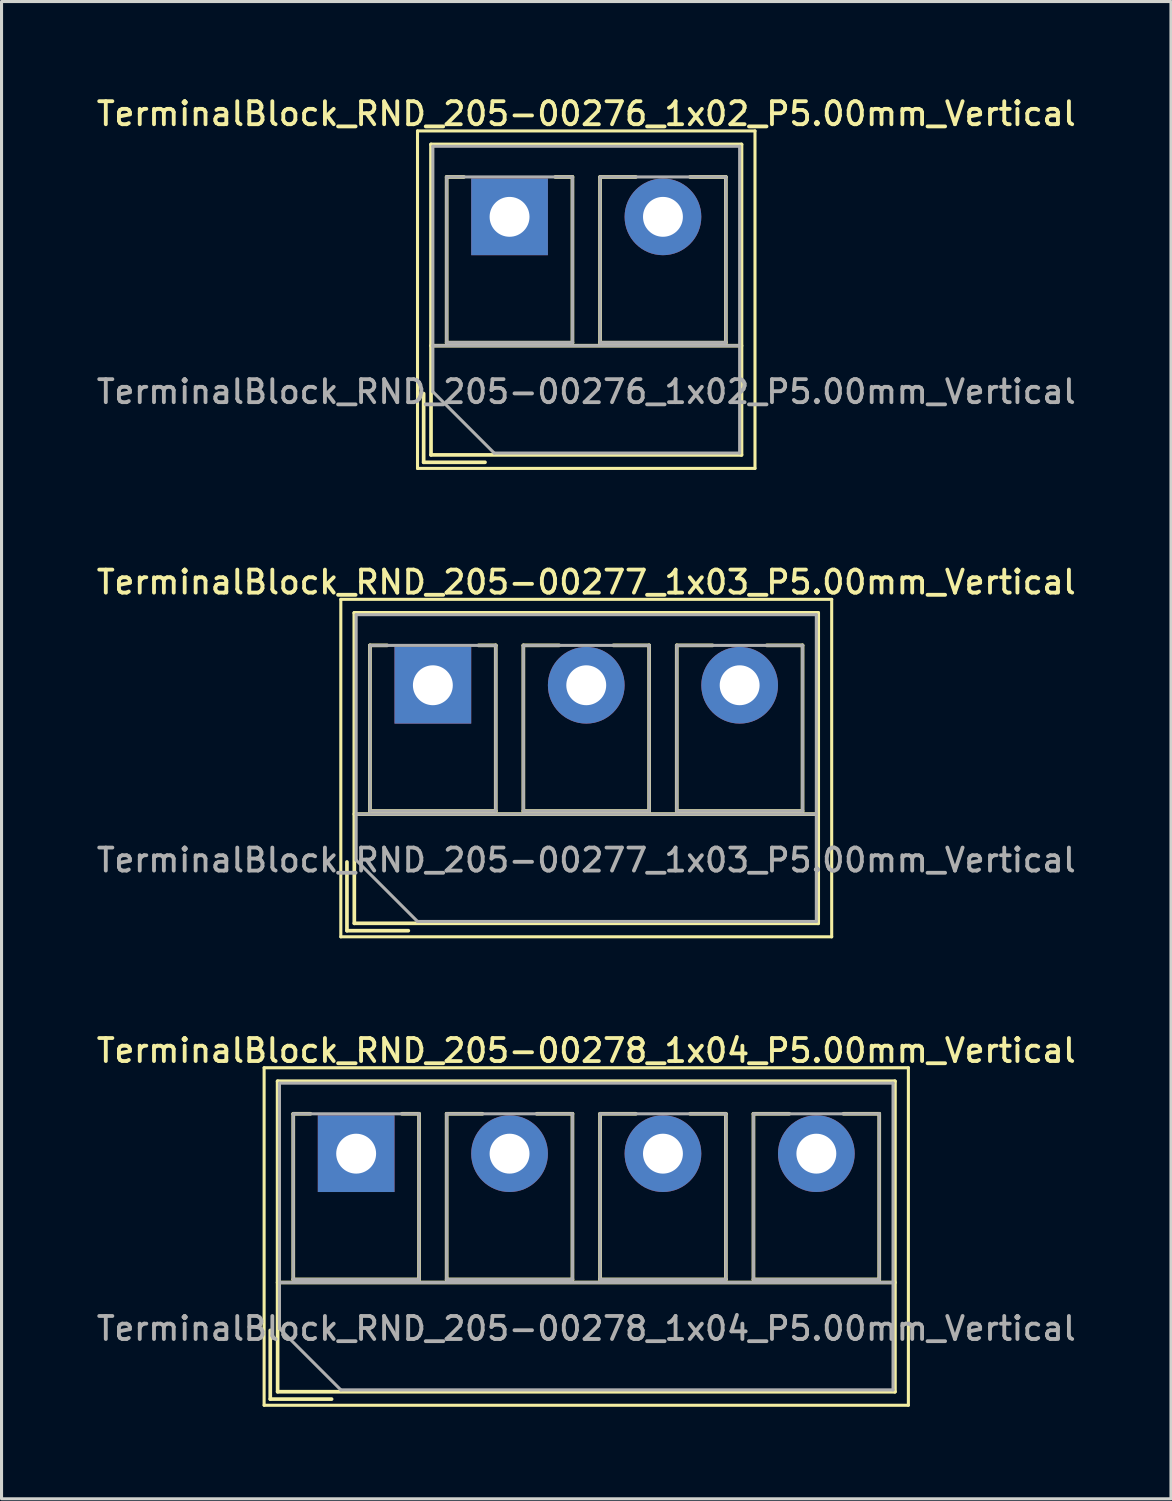
<source format=kicad_pcb>
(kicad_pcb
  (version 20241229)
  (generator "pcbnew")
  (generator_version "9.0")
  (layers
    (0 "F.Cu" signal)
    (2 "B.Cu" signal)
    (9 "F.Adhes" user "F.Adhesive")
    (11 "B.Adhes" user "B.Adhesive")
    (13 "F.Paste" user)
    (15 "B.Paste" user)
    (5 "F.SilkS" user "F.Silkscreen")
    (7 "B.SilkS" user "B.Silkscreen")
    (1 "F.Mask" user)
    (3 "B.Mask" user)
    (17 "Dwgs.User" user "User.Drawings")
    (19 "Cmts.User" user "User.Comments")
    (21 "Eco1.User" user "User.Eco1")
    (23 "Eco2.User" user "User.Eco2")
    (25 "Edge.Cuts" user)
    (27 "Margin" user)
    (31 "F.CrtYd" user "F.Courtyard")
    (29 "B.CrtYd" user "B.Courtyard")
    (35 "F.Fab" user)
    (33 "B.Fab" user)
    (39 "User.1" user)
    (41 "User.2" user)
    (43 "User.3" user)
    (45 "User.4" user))
  (footprint "TerminalBlock_RND_205-00278_1x04_P5.00mm_Vertical"
    (layer "F.Cu")
    (at 8.559 34.554)
    (property "Reference" "TerminalBlock_RND_205-00278_1x04_P5.00mm_Vertical" (at 7.5 -3.36 0) (layer "F.SilkS") (effects (font (size 0.75 0.75) (thickness 0.125))))
    (attr through_hole)
    (fp_line (start -3 -2.8) (end -3 8.2) (stroke (width 0.1) (type solid)) (layer "F.SilkS"))
    (fp_line (start -3 8.2) (end 18 8.2) (stroke (width 0.1) (type solid)) (layer "F.SilkS"))
    (fp_line (start -2.8 5.76) (end -2.8 8) (stroke (width 0.12) (type solid)) (layer "F.SilkS"))
    (fp_line (start -2.8 8) (end -0.8 8) (stroke (width 0.12) (type solid)) (layer "F.SilkS"))
    (fp_line (start -2.56 -2.36) (end -2.56 7.76) (stroke (width 0.12) (type solid)) (layer "F.SilkS"))
    (fp_line (start -2.56 -2.36) (end 17.561 -2.36) (stroke (width 0.12) (type solid)) (layer "F.SilkS"))
    (fp_line (start -2.56 4.2) (end 17.561 4.2) (stroke (width 0.12) (type solid)) (layer "F.SilkS"))
    (fp_line (start -2.56 7.76) (end 17.561 7.76) (stroke (width 0.12) (type solid)) (layer "F.SilkS"))
    (fp_line (start -2.05 -1.3) (end -2.05 4.1) (stroke (width 0.12) (type solid)) (layer "F.SilkS"))
    (fp_line (start -2.05 -1.3) (end -1.49 -1.3) (stroke (width 0.12) (type solid)) (layer "F.SilkS"))
    (fp_line (start -2.05 4.1) (end 2.05 4.1) (stroke (width 0.12) (type solid)) (layer "F.SilkS"))
    (fp_line (start 1.49 -1.3) (end 2.05 -1.3) (stroke (width 0.12) (type solid)) (layer "F.SilkS"))
    (fp_line (start 2.05 -1.3) (end 2.05 4.1) (stroke (width 0.12) (type solid)) (layer "F.SilkS"))
    (fp_line (start 2.95 -1.3) (end 2.95 4.1) (stroke (width 0.12) (type solid)) (layer "F.SilkS"))
    (fp_line (start 2.95 -1.3) (end 4.117 -1.3) (stroke (width 0.12) (type solid)) (layer "F.SilkS"))
    (fp_line (start 2.95 4.1) (end 7.05 4.1) (stroke (width 0.12) (type solid)) (layer "F.SilkS"))
    (fp_line (start 5.884 -1.3) (end 7.05 -1.3) (stroke (width 0.12) (type solid)) (layer "F.SilkS"))
    (fp_line (start 7.05 -1.3) (end 7.05 4.1) (stroke (width 0.12) (type solid)) (layer "F.SilkS"))
    (fp_line (start 7.95 -1.3) (end 7.95 4.1) (stroke (width 0.12) (type solid)) (layer "F.SilkS"))
    (fp_line (start 7.95 -1.3) (end 9.117 -1.3) (stroke (width 0.12) (type solid)) (layer "F.SilkS"))
    (fp_line (start 7.95 4.1) (end 12.05 4.1) (stroke (width 0.12) (type solid)) (layer "F.SilkS"))
    (fp_line (start 10.884 -1.3) (end 12.05 -1.3) (stroke (width 0.12) (type solid)) (layer "F.SilkS"))
    (fp_line (start 12.05 -1.3) (end 12.05 4.1) (stroke (width 0.12) (type solid)) (layer "F.SilkS"))
    (fp_line (start 12.95 -1.3) (end 12.95 4.1) (stroke (width 0.12) (type solid)) (layer "F.SilkS"))
    (fp_line (start 12.95 -1.3) (end 14.117 -1.3) (stroke (width 0.12) (type solid)) (layer "F.SilkS"))
    (fp_line (start 12.95 4.1) (end 17.05 4.1) (stroke (width 0.12) (type solid)) (layer "F.SilkS"))
    (fp_line (start 15.884 -1.3) (end 17.05 -1.3) (stroke (width 0.12) (type solid)) (layer "F.SilkS"))
    (fp_line (start 17.05 -1.3) (end 17.05 4.1) (stroke (width 0.12) (type solid)) (layer "F.SilkS"))
    (fp_line (start 17.561 -2.36) (end 17.561 7.76) (stroke (width 0.12) (type solid)) (layer "F.SilkS"))
    (fp_line (start 18 -2.8) (end -3 -2.8) (stroke (width 0.1) (type solid)) (layer "F.SilkS"))
    (fp_line (start 18 8.2) (end 18 -2.8) (stroke (width 0.1) (type solid)) (layer "F.SilkS"))
    (fp_line (start -2.5 -2.3) (end 17.5 -2.3) (stroke (width 0.1) (type solid)) (layer "F.Fab"))
    (fp_line (start -2.5 4.2) (end 17.5 4.2) (stroke (width 0.1) (type solid)) (layer "F.Fab"))
    (fp_line (start -2.5 5.7) (end -2.5 -2.3) (stroke (width 0.1) (type solid)) (layer "F.Fab"))
    (fp_line (start -2.05 -1.3) (end -2.05 4.1) (stroke (width 0.1) (type solid)) (layer "F.Fab"))
    (fp_line (start -2.05 4.1) (end 2.05 4.1) (stroke (width 0.1) (type solid)) (layer "F.Fab"))
    (fp_line (start -0.5 7.7) (end -2.5 5.7) (stroke (width 0.1) (type solid)) (layer "F.Fab"))
    (fp_line (start 2.05 -1.3) (end -2.05 -1.3) (stroke (width 0.1) (type solid)) (layer "F.Fab"))
    (fp_line (start 2.05 4.1) (end 2.05 -1.3) (stroke (width 0.1) (type solid)) (layer "F.Fab"))
    (fp_line (start 2.95 -1.3) (end 2.95 4.1) (stroke (width 0.1) (type solid)) (layer "F.Fab"))
    (fp_line (start 2.95 4.1) (end 7.05 4.1) (stroke (width 0.1) (type solid)) (layer "F.Fab"))
    (fp_line (start 7.05 -1.3) (end 2.95 -1.3) (stroke (width 0.1) (type solid)) (layer "F.Fab"))
    (fp_line (start 7.05 4.1) (end 7.05 -1.3) (stroke (width 0.1) (type solid)) (layer "F.Fab"))
    (fp_line (start 7.95 -1.3) (end 7.95 4.1) (stroke (width 0.1) (type solid)) (layer "F.Fab"))
    (fp_line (start 7.95 4.1) (end 12.05 4.1) (stroke (width 0.1) (type solid)) (layer "F.Fab"))
    (fp_line (start 12.05 -1.3) (end 7.95 -1.3) (stroke (width 0.1) (type solid)) (layer "F.Fab"))
    (fp_line (start 12.05 4.1) (end 12.05 -1.3) (stroke (width 0.1) (type solid)) (layer "F.Fab"))
    (fp_line (start 12.95 -1.3) (end 12.95 4.1) (stroke (width 0.1) (type solid)) (layer "F.Fab"))
    (fp_line (start 12.95 4.1) (end 17.05 4.1) (stroke (width 0.1) (type solid)) (layer "F.Fab"))
    (fp_line (start 17.05 -1.3) (end 12.95 -1.3) (stroke (width 0.1) (type solid)) (layer "F.Fab"))
    (fp_line (start 17.05 4.1) (end 17.05 -1.3) (stroke (width 0.1) (type solid)) (layer "F.Fab"))
    (fp_line (start 17.5 -2.3) (end 17.5 7.7) (stroke (width 0.1) (type solid)) (layer "F.Fab"))
    (fp_line (start 17.5 7.7) (end -0.5 7.7) (stroke (width 0.1) (type solid)) (layer "F.Fab"))
    (fp_text user "${REFERENCE}" (at 7.5 5.7 0) (layer "F.Fab") (effects (font (size 0.75 0.75) (thickness 0.125))))
    (pad "1" thru_hole rect (at 0 0) (size 2.5 2.5) (drill 1.3) (layers "*.Cu" "*.Mask"))
    (pad "2" thru_hole circle (at 5 0) (size 2.5 2.5) (drill 1.3) (layers "*.Cu" "*.Mask"))
    (pad "3" thru_hole circle (at 10 0) (size 2.5 2.5) (drill 1.3) (layers "*.Cu" "*.Mask"))
    (pad "4" thru_hole circle (at 15 0) (size 2.5 2.5) (drill 1.3) (layers "*.Cu" "*.Mask")))
  (footprint "TerminalBlock_RND_205-00276_1x02_P5.00mm_Vertical"
    (layer "F.Cu")
    (at 13.559 4.018)
    (property "Reference" "TerminalBlock_RND_205-00276_1x02_P5.00mm_Vertical" (at 2.5 -3.36 0) (layer "F.SilkS") (effects (font (size 0.75 0.75) (thickness 0.125))))
    (attr through_hole)
    (fp_line (start -3 -2.8) (end -3 8.2) (stroke (width 0.1) (type solid)) (layer "F.SilkS"))
    (fp_line (start -3 8.2) (end 8 8.2) (stroke (width 0.1) (type solid)) (layer "F.SilkS"))
    (fp_line (start -2.8 5.76) (end -2.8 8) (stroke (width 0.12) (type solid)) (layer "F.SilkS"))
    (fp_line (start -2.8 8) (end -0.8 8) (stroke (width 0.12) (type solid)) (layer "F.SilkS"))
    (fp_line (start -2.56 -2.36) (end -2.56 7.76) (stroke (width 0.12) (type solid)) (layer "F.SilkS"))
    (fp_line (start -2.56 -2.36) (end 7.56 -2.36) (stroke (width 0.12) (type solid)) (layer "F.SilkS"))
    (fp_line (start -2.56 4.2) (end 7.56 4.2) (stroke (width 0.12) (type solid)) (layer "F.SilkS"))
    (fp_line (start -2.56 7.76) (end 7.56 7.76) (stroke (width 0.12) (type solid)) (layer "F.SilkS"))
    (fp_line (start -2.05 -1.3) (end -2.05 4.1) (stroke (width 0.12) (type solid)) (layer "F.SilkS"))
    (fp_line (start -2.05 -1.3) (end -1.49 -1.3) (stroke (width 0.12) (type solid)) (layer "F.SilkS"))
    (fp_line (start -2.05 4.1) (end 2.05 4.1) (stroke (width 0.12) (type solid)) (layer "F.SilkS"))
    (fp_line (start 1.49 -1.3) (end 2.05 -1.3) (stroke (width 0.12) (type solid)) (layer "F.SilkS"))
    (fp_line (start 2.05 -1.3) (end 2.05 4.1) (stroke (width 0.12) (type solid)) (layer "F.SilkS"))
    (fp_line (start 2.95 -1.3) (end 2.95 4.1) (stroke (width 0.12) (type solid)) (layer "F.SilkS"))
    (fp_line (start 2.95 -1.3) (end 4.117 -1.3) (stroke (width 0.12) (type solid)) (layer "F.SilkS"))
    (fp_line (start 2.95 4.1) (end 7.05 4.1) (stroke (width 0.12) (type solid)) (layer "F.SilkS"))
    (fp_line (start 5.884 -1.3) (end 7.05 -1.3) (stroke (width 0.12) (type solid)) (layer "F.SilkS"))
    (fp_line (start 7.05 -1.3) (end 7.05 4.1) (stroke (width 0.12) (type solid)) (layer "F.SilkS"))
    (fp_line (start 7.56 -2.36) (end 7.56 7.76) (stroke (width 0.12) (type solid)) (layer "F.SilkS"))
    (fp_line (start 8 -2.8) (end -3 -2.8) (stroke (width 0.1) (type solid)) (layer "F.SilkS"))
    (fp_line (start 8 8.2) (end 8 -2.8) (stroke (width 0.1) (type solid)) (layer "F.SilkS"))
    (fp_line (start -2.5 -2.3) (end 7.5 -2.3) (stroke (width 0.1) (type solid)) (layer "F.Fab"))
    (fp_line (start -2.5 4.2) (end 7.5 4.2) (stroke (width 0.1) (type solid)) (layer "F.Fab"))
    (fp_line (start -2.5 5.7) (end -2.5 -2.3) (stroke (width 0.1) (type solid)) (layer "F.Fab"))
    (fp_line (start -2.05 -1.3) (end -2.05 4.1) (stroke (width 0.1) (type solid)) (layer "F.Fab"))
    (fp_line (start -2.05 4.1) (end 2.05 4.1) (stroke (width 0.1) (type solid)) (layer "F.Fab"))
    (fp_line (start -0.5 7.7) (end -2.5 5.7) (stroke (width 0.1) (type solid)) (layer "F.Fab"))
    (fp_line (start 2.05 -1.3) (end -2.05 -1.3) (stroke (width 0.1) (type solid)) (layer "F.Fab"))
    (fp_line (start 2.05 4.1) (end 2.05 -1.3) (stroke (width 0.1) (type solid)) (layer "F.Fab"))
    (fp_line (start 2.95 -1.3) (end 2.95 4.1) (stroke (width 0.1) (type solid)) (layer "F.Fab"))
    (fp_line (start 2.95 4.1) (end 7.05 4.1) (stroke (width 0.1) (type solid)) (layer "F.Fab"))
    (fp_line (start 7.05 -1.3) (end 2.95 -1.3) (stroke (width 0.1) (type solid)) (layer "F.Fab"))
    (fp_line (start 7.05 4.1) (end 7.05 -1.3) (stroke (width 0.1) (type solid)) (layer "F.Fab"))
    (fp_line (start 7.5 -2.3) (end 7.5 7.7) (stroke (width 0.1) (type solid)) (layer "F.Fab"))
    (fp_line (start 7.5 7.7) (end -0.5 7.7) (stroke (width 0.1) (type solid)) (layer "F.Fab"))
    (fp_text user "${REFERENCE}" (at 2.5 5.7 0) (layer "F.Fab") (effects (font (size 0.75 0.75) (thickness 0.125))))
    (pad "1" thru_hole rect (at 0 0) (size 2.5 2.5) (drill 1.3) (layers "*.Cu" "*.Mask"))
    (pad "2" thru_hole circle (at 5 0) (size 2.5 2.5) (drill 1.3) (layers "*.Cu" "*.Mask")))
  (footprint "TerminalBlock_RND_205-00277_1x03_P5.00mm_Vertical"
    (layer "F.Cu")
    (at 11.059 19.286)
    (property "Reference" "TerminalBlock_RND_205-00277_1x03_P5.00mm_Vertical" (at 5 -3.36 0) (layer "F.SilkS") (effects (font (size 0.75 0.75) (thickness 0.125))))
    (attr through_hole)
    (fp_line (start -3 -2.8) (end -3 8.2) (stroke (width 0.1) (type solid)) (layer "F.SilkS"))
    (fp_line (start -3 8.2) (end 13 8.2) (stroke (width 0.1) (type solid)) (layer "F.SilkS"))
    (fp_line (start -2.8 5.76) (end -2.8 8) (stroke (width 0.12) (type solid)) (layer "F.SilkS"))
    (fp_line (start -2.8 8) (end -0.8 8) (stroke (width 0.12) (type solid)) (layer "F.SilkS"))
    (fp_line (start -2.56 -2.36) (end -2.56 7.76) (stroke (width 0.12) (type solid)) (layer "F.SilkS"))
    (fp_line (start -2.56 -2.36) (end 12.56 -2.36) (stroke (width 0.12) (type solid)) (layer "F.SilkS"))
    (fp_line (start -2.56 4.2) (end 12.56 4.2) (stroke (width 0.12) (type solid)) (layer "F.SilkS"))
    (fp_line (start -2.56 7.76) (end 12.56 7.76) (stroke (width 0.12) (type solid)) (layer "F.SilkS"))
    (fp_line (start -2.05 -1.3) (end -2.05 4.1) (stroke (width 0.12) (type solid)) (layer "F.SilkS"))
    (fp_line (start -2.05 -1.3) (end -1.49 -1.3) (stroke (width 0.12) (type solid)) (layer "F.SilkS"))
    (fp_line (start -2.05 4.1) (end 2.05 4.1) (stroke (width 0.12) (type solid)) (layer "F.SilkS"))
    (fp_line (start 1.49 -1.3) (end 2.05 -1.3) (stroke (width 0.12) (type solid)) (layer "F.SilkS"))
    (fp_line (start 2.05 -1.3) (end 2.05 4.1) (stroke (width 0.12) (type solid)) (layer "F.SilkS"))
    (fp_line (start 2.95 -1.3) (end 2.95 4.1) (stroke (width 0.12) (type solid)) (layer "F.SilkS"))
    (fp_line (start 2.95 -1.3) (end 4.117 -1.3) (stroke (width 0.12) (type solid)) (layer "F.SilkS"))
    (fp_line (start 2.95 4.1) (end 7.05 4.1) (stroke (width 0.12) (type solid)) (layer "F.SilkS"))
    (fp_line (start 5.884 -1.3) (end 7.05 -1.3) (stroke (width 0.12) (type solid)) (layer "F.SilkS"))
    (fp_line (start 7.05 -1.3) (end 7.05 4.1) (stroke (width 0.12) (type solid)) (layer "F.SilkS"))
    (fp_line (start 7.95 -1.3) (end 7.95 4.1) (stroke (width 0.12) (type solid)) (layer "F.SilkS"))
    (fp_line (start 7.95 -1.3) (end 9.117 -1.3) (stroke (width 0.12) (type solid)) (layer "F.SilkS"))
    (fp_line (start 7.95 4.1) (end 12.05 4.1) (stroke (width 0.12) (type solid)) (layer "F.SilkS"))
    (fp_line (start 10.884 -1.3) (end 12.05 -1.3) (stroke (width 0.12) (type solid)) (layer "F.SilkS"))
    (fp_line (start 12.05 -1.3) (end 12.05 4.1) (stroke (width 0.12) (type solid)) (layer "F.SilkS"))
    (fp_line (start 12.56 -2.36) (end 12.56 7.76) (stroke (width 0.12) (type solid)) (layer "F.SilkS"))
    (fp_line (start 13 -2.8) (end -3 -2.8) (stroke (width 0.1) (type solid)) (layer "F.SilkS"))
    (fp_line (start 13 8.2) (end 13 -2.8) (stroke (width 0.1) (type solid)) (layer "F.SilkS"))
    (fp_line (start -2.5 -2.3) (end 12.5 -2.3) (stroke (width 0.1) (type solid)) (layer "F.Fab"))
    (fp_line (start -2.5 4.2) (end 12.5 4.2) (stroke (width 0.1) (type solid)) (layer "F.Fab"))
    (fp_line (start -2.5 5.7) (end -2.5 -2.3) (stroke (width 0.1) (type solid)) (layer "F.Fab"))
    (fp_line (start -2.05 -1.3) (end -2.05 4.1) (stroke (width 0.1) (type solid)) (layer "F.Fab"))
    (fp_line (start -2.05 4.1) (end 2.05 4.1) (stroke (width 0.1) (type solid)) (layer "F.Fab"))
    (fp_line (start -0.5 7.7) (end -2.5 5.7) (stroke (width 0.1) (type solid)) (layer "F.Fab"))
    (fp_line (start 2.05 -1.3) (end -2.05 -1.3) (stroke (width 0.1) (type solid)) (layer "F.Fab"))
    (fp_line (start 2.05 4.1) (end 2.05 -1.3) (stroke (width 0.1) (type solid)) (layer "F.Fab"))
    (fp_line (start 2.95 -1.3) (end 2.95 4.1) (stroke (width 0.1) (type solid)) (layer "F.Fab"))
    (fp_line (start 2.95 4.1) (end 7.05 4.1) (stroke (width 0.1) (type solid)) (layer "F.Fab"))
    (fp_line (start 7.05 -1.3) (end 2.95 -1.3) (stroke (width 0.1) (type solid)) (layer "F.Fab"))
    (fp_line (start 7.05 4.1) (end 7.05 -1.3) (stroke (width 0.1) (type solid)) (layer "F.Fab"))
    (fp_line (start 7.95 -1.3) (end 7.95 4.1) (stroke (width 0.1) (type solid)) (layer "F.Fab"))
    (fp_line (start 7.95 4.1) (end 12.05 4.1) (stroke (width 0.1) (type solid)) (layer "F.Fab"))
    (fp_line (start 12.05 -1.3) (end 7.95 -1.3) (stroke (width 0.1) (type solid)) (layer "F.Fab"))
    (fp_line (start 12.05 4.1) (end 12.05 -1.3) (stroke (width 0.1) (type solid)) (layer "F.Fab"))
    (fp_line (start 12.5 -2.3) (end 12.5 7.7) (stroke (width 0.1) (type solid)) (layer "F.Fab"))
    (fp_line (start 12.5 7.7) (end -0.5 7.7) (stroke (width 0.1) (type solid)) (layer "F.Fab"))
    (fp_text user "${REFERENCE}" (at 5 5.7 0) (layer "F.Fab") (effects (font (size 0.75 0.75) (thickness 0.125))))
    (pad "1" thru_hole rect (at 0 0) (size 2.5 2.5) (drill 1.3) (layers "*.Cu" "*.Mask"))
    (pad "2" thru_hole circle (at 5 0) (size 2.5 2.5) (drill 1.3) (layers "*.Cu" "*.Mask"))
    (pad "3" thru_hole circle (at 10 0) (size 2.5 2.5) (drill 1.3) (layers "*.Cu" "*.Mask")))
  (gr_rect
    (start -3 -3)
    (end 35.118 45.804)
    (stroke (width 0.1) (type default))
    (fill no)
    (layer "Edge.Cuts")))
</source>
